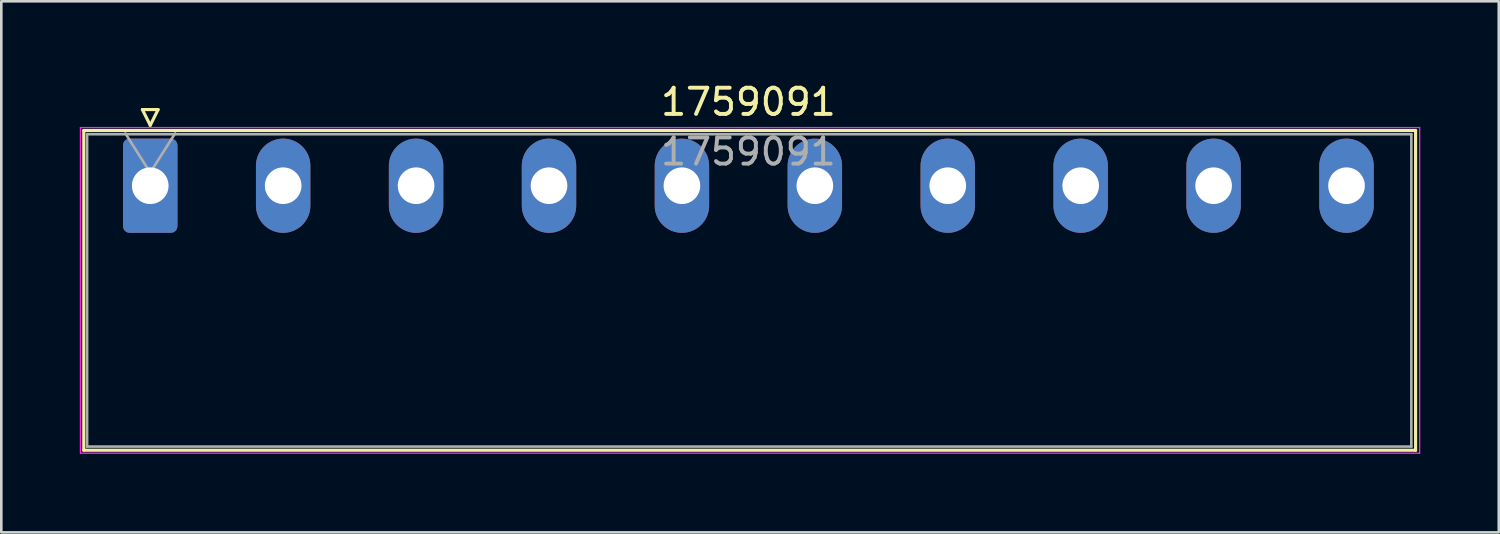
<source format=kicad_pcb>
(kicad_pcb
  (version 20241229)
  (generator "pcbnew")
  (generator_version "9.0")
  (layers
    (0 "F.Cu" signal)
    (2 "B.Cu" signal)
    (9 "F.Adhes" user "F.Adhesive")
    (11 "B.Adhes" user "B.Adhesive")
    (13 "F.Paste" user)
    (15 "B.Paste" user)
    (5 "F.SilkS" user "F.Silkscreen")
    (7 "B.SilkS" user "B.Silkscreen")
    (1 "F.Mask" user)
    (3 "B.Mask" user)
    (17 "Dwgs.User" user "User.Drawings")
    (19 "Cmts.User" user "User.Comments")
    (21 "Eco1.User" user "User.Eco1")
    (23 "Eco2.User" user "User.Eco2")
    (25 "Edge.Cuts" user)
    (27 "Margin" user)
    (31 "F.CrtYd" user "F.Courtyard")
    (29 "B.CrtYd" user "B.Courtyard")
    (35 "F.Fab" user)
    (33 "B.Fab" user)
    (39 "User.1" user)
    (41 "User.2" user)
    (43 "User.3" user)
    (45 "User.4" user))
  (footprint "1759091"
    (layer "F.Cu")
    (at 2.692 4.048)
    (property "Reference" "1759091" (at 22.86 -3.2 0) (layer "F.SilkS") (effects (font (size 1 1) (thickness 0.15))))
    (attr through_hole)
    (fp_line (start -2.54 -2.11) (end -2.54 10.11) (stroke (width 0.12) (type solid)) (layer "F.SilkS"))
    (fp_line (start -2.54 10.11) (end 48.36 10.11) (stroke (width 0.12) (type solid)) (layer "F.SilkS"))
    (fp_line (start -0.3 -2.91) (end 0.3 -2.91) (stroke (width 0.12) (type solid)) (layer "F.SilkS"))
    (fp_line (start 0 -2.31) (end -0.3 -2.91) (stroke (width 0.12) (type solid)) (layer "F.SilkS"))
    (fp_line (start 0.3 -2.91) (end 0 -2.31) (stroke (width 0.12) (type solid)) (layer "F.SilkS"))
    (fp_line (start 48.36 -2.11) (end -2.54 -2.11) (stroke (width 0.12) (type solid)) (layer "F.SilkS"))
    (fp_line (start 48.36 10.11) (end 48.36 -2.11) (stroke (width 0.12) (type solid)) (layer "F.SilkS"))
    (fp_line (start -2.667 -2.223) (end 48.514 -2.223) (stroke (width 0.05) (type solid)) (layer "F.CrtYd"))
    (fp_line (start -2.667 10.223) (end -2.667 -2.223) (stroke (width 0.05) (type solid)) (layer "F.CrtYd"))
    (fp_line (start 48.514 -2.223) (end 48.514 10.223) (stroke (width 0.05) (type solid)) (layer "F.CrtYd"))
    (fp_line (start 48.514 10.223) (end -2.667 10.223) (stroke (width 0.05) (type solid)) (layer "F.CrtYd"))
    (fp_line (start -2.413 -1.968) (end -2.413 9.97) (stroke (width 0.1) (type solid)) (layer "F.Fab"))
    (fp_line (start -2.413 9.97) (end 48.197 9.97) (stroke (width 0.1) (type solid)) (layer "F.Fab"))
    (fp_line (start 0 -0.5) (end -0.95 -2) (stroke (width 0.1) (type solid)) (layer "F.Fab"))
    (fp_line (start 0.95 -2) (end 0 -0.5) (stroke (width 0.1) (type solid)) (layer "F.Fab"))
    (fp_line (start 48.197 -1.968) (end -2.413 -1.968) (stroke (width 0.1) (type solid)) (layer "F.Fab"))
    (fp_line (start 48.197 9.97) (end 48.197 -1.968) (stroke (width 0.1) (type solid)) (layer "F.Fab"))
    (fp_text user "${REFERENCE}" (at 22.86 -1.3 0) (layer "F.Fab") (effects (font (size 1 1) (thickness 0.15))))
    (pad "1" thru_hole roundrect (at 0 0) (size 2.08 3.6) (drill 1.4) (layers "*.Cu" "*.Mask") (roundrect_rratio 0.12))
    (pad "2" thru_hole oval (at 5.08 0) (size 2.08 3.6) (drill 1.4) (layers "*.Cu" "*.Mask"))
    (pad "3" thru_hole oval (at 10.16 0) (size 2.08 3.6) (drill 1.4) (layers "*.Cu" "*.Mask"))
    (pad "4" thru_hole oval (at 15.24 0) (size 2.08 3.6) (drill 1.4) (layers "*.Cu" "*.Mask"))
    (pad "5" thru_hole oval (at 20.32 0) (size 2.08 3.6) (drill 1.4) (layers "*.Cu" "*.Mask"))
    (pad "6" thru_hole oval (at 25.4 0) (size 2.08 3.6) (drill 1.4) (layers "*.Cu" "*.Mask"))
    (pad "7" thru_hole oval (at 30.48 0) (size 2.08 3.6) (drill 1.4) (layers "*.Cu" "*.Mask"))
    (pad "8" thru_hole oval (at 35.56 0) (size 2.08 3.6) (drill 1.4) (layers "*.Cu" "*.Mask"))
    (pad "9" thru_hole oval (at 40.64 0) (size 2.08 3.6) (drill 1.4) (layers "*.Cu" "*.Mask"))
    (pad "10" thru_hole oval (at 45.72 0) (size 2.08 3.6) (drill 1.4) (layers "*.Cu" "*.Mask")))
  (gr_rect
    (start -3 -3)
    (end 54.231 17.297)
    (stroke (width 0.1) (type default))
    (fill no)
    (layer "Edge.Cuts")))
</source>
